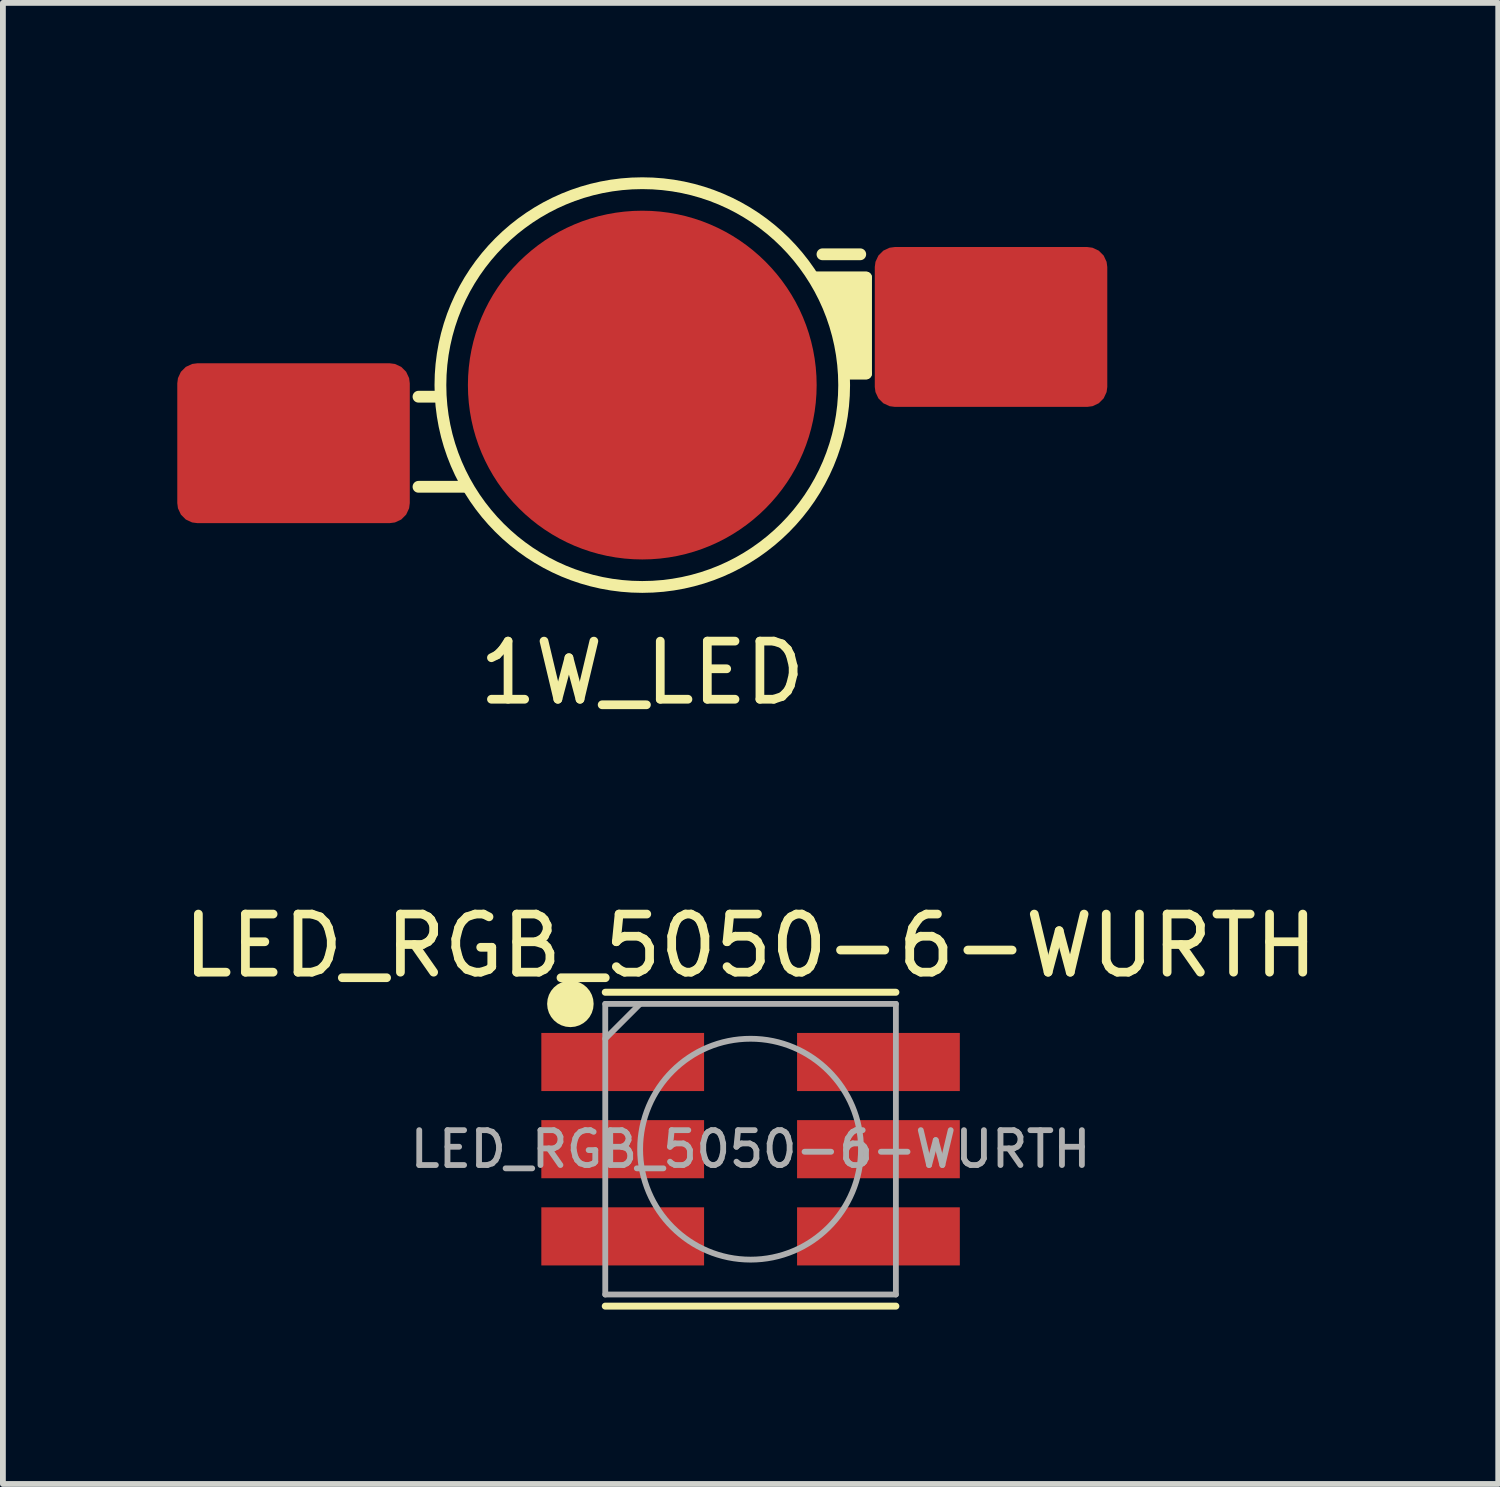
<source format=kicad_pcb>
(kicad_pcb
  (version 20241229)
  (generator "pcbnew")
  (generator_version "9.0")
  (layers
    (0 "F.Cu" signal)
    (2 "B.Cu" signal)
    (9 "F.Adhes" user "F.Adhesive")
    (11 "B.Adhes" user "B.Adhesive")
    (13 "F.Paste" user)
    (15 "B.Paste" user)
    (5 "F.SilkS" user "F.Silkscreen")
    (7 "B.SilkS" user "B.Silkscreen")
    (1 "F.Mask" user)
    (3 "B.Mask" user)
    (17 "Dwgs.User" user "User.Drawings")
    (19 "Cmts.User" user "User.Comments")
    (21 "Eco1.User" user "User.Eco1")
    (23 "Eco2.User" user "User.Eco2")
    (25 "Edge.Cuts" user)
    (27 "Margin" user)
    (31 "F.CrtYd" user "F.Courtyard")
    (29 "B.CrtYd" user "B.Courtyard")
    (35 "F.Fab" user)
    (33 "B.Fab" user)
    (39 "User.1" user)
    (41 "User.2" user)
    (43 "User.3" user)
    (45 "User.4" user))
  (footprint "LED_RGB_5050-6-WURTH"
    (layer "F.Cu")
    (at 9.863 16.721)
    (property "Reference" "LED_RGB_5050-6-WURTH" (at 0 -3.5 180) (layer "F.SilkS") (effects (font (size 1 1) (thickness 0.15))))
    (attr smd)
    (fp_line (start -2.5 -2.7) (end 2.5 -2.7) (stroke (width 0.12) (type solid)) (layer "F.SilkS"))
    (fp_line (start 2.5 2.7) (end -2.5 2.7) (stroke (width 0.12) (type solid)) (layer "F.SilkS"))
    (fp_circle (center -3.1 -2.5) (end -2.9 -2.5) (stroke (width 0.4) (type default)) (fill no) (layer "F.SilkS"))
    (fp_line (start -2.5 -2.5) (end -2.5 2.5) (stroke (width 0.1) (type solid)) (layer "F.Fab"))
    (fp_line (start -2.5 -1.9) (end -1.9 -2.5) (stroke (width 0.1) (type solid)) (layer "F.Fab"))
    (fp_line (start -2.5 2.5) (end 2.5 2.5) (stroke (width 0.1) (type solid)) (layer "F.Fab"))
    (fp_line (start 2.5 -2.5) (end -2.5 -2.5) (stroke (width 0.1) (type solid)) (layer "F.Fab"))
    (fp_line (start 2.5 2.5) (end 2.5 -2.5) (stroke (width 0.1) (type solid)) (layer "F.Fab"))
    (fp_circle (center 0 0) (end 0 -1.9) (stroke (width 0.1) (type solid)) (fill no) (layer "F.Fab"))
    (fp_text user "${REFERENCE}" (at 0 0 0) (layer "F.Fab") (effects (font (size 0.6 0.6) (thickness 0.1) (bold yes))))
    (pad "1" smd rect (at -2.2 -1.5 90) (size 1 2.8) (layers "F.Cu" "F.Mask" "F.Paste"))
    (pad "2" smd rect (at 2.2 -1.5 90) (size 1 2.8) (layers "F.Cu" "F.Mask" "F.Paste"))
    (pad "3" smd rect (at -2.2 0 90) (size 1 2.8) (layers "F.Cu" "F.Mask" "F.Paste"))
    (pad "4" smd rect (at 2.2 0 90) (size 1 2.8) (layers "F.Cu" "F.Mask" "F.Paste"))
    (pad "5" smd rect (at -2.2 1.5 90) (size 1 2.8) (layers "F.Cu" "F.Mask" "F.Paste"))
    (pad "6" smd rect (at 2.2 1.5 90) (size 1 2.8) (layers "F.Cu" "F.Mask" "F.Paste")))
  (footprint "1W_LED"
    (layer "F.Cu")
    (at 8 3.575)
    (property "Reference" "1W_LED" (at 0 4.95 0) (layer "F.SilkS") (effects (font (size 1 1) (thickness 0.15))))
    (attr through_hole)
    (fp_line (start -3.5 0.2) (end -3.85 0.2) (stroke (width 0.203) (type solid)) (layer "F.SilkS"))
    (fp_line (start -3.05 1.75) (end -3.85 1.75) (stroke (width 0.203) (type solid)) (layer "F.SilkS"))
    (fp_line (start 3 -1.85) (end 3.85 -1.85) (stroke (width 0.203) (type solid)) (layer "F.SilkS"))
    (fp_line (start 3.1 -2.25) (end 3.75 -2.25) (stroke (width 0.203) (type solid)) (layer "F.SilkS"))
    (fp_line (start 3.5 -0.2) (end 3.85 -0.2) (stroke (width 0.203) (type solid)) (layer "F.SilkS"))
    (fp_circle (center 0 0) (end 3.473 0) (stroke (width 0.203) (type solid)) (fill no) (layer "F.SilkS"))
    (fp_poly (pts (xy 3 -1.85) (xy 3.4 -1.05) (xy 3.5 -0.2) (xy 3.85 -0.2) (xy 3.85 -1.85) (xy 2.95 -1.85)) (stroke (width 0.203) (type solid)) (fill yes) (layer "F.SilkS"))
    (pad "1" smd roundrect (at 6 -1) (size 4 2.75) (layers "F.Cu" "F.Mask" "F.Paste") (roundrect_rratio 0.125))
    (pad "2" smd roundrect (at -6 1) (size 4 2.75) (layers "F.Cu" "F.Mask" "F.Paste") (roundrect_rratio 0.125))
    (pad "3" smd circle (at 0 0) (size 6 6) (layers "F.Cu" "F.Mask" "F.Paste")))
  (gr_rect
    (start -3 -3)
    (end 22.726 22.481)
    (stroke (width 0.1) (type default))
    (fill no)
    (layer "Edge.Cuts")))
</source>
